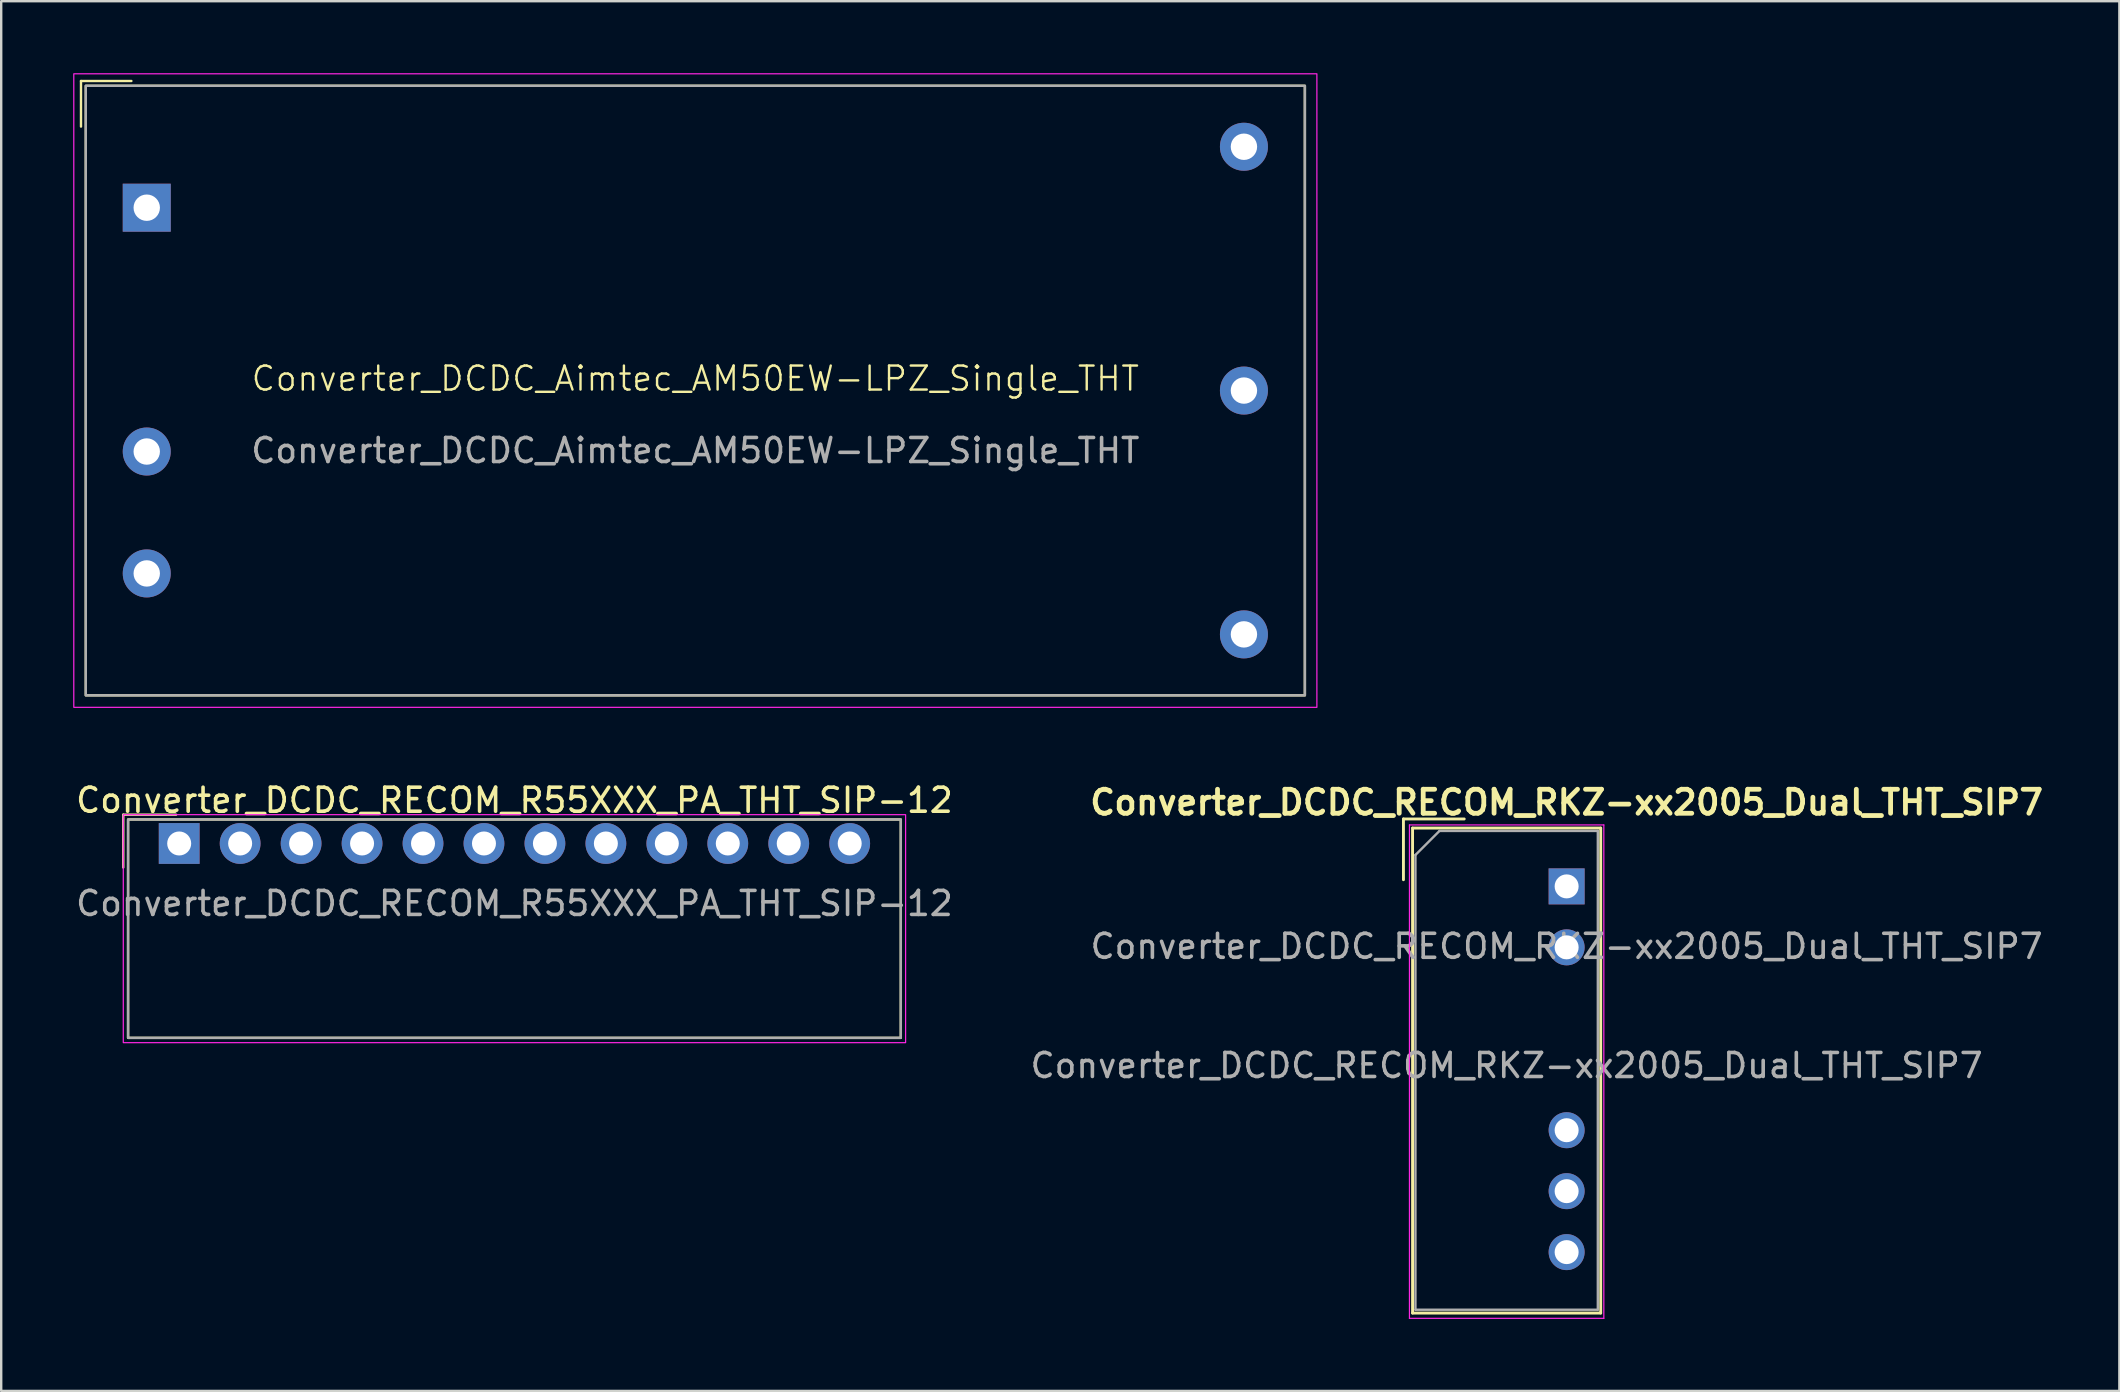
<source format=kicad_pcb>
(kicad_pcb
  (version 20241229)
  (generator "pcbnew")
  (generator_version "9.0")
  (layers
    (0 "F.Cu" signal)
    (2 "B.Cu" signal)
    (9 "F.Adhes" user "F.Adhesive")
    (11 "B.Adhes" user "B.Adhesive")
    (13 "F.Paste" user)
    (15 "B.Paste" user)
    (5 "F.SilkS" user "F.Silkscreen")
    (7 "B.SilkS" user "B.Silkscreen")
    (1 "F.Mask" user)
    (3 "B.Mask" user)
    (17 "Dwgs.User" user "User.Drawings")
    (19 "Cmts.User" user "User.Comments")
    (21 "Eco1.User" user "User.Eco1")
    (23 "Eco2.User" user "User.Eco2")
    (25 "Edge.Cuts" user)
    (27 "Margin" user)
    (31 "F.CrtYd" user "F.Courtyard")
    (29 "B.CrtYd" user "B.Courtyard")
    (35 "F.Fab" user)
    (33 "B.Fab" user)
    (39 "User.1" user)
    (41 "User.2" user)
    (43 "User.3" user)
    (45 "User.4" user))
  (footprint "Converter_DCDC_RECOM_RKZ-xx2005_Dual_THT_SIP7"
    (layer "F.Cu")
    (at 62.232 33.886)
    (property "Reference" "Converter_DCDC_RECOM_RKZ-xx2005_Dual_THT_SIP7" (at 0 -3.5 0) (unlocked yes) (layer "F.SilkS") (effects (font (size 1 1) (thickness 0.2))))
    (attr through_hole)
    (fp_line (start -6.8 -2.81) (end -4.267 -2.81) (stroke (width 0.12) (type solid)) (layer "F.SilkS"))
    (fp_line (start -6.8 -0.277) (end -6.8 -2.81) (stroke (width 0.12) (type solid)) (layer "F.SilkS"))
    (fp_line (start -6.42 -2.43) (end -6.42 17.78) (stroke (width 0.12) (type solid)) (layer "F.SilkS"))
    (fp_line (start -6.42 -2.43) (end 1.42 -2.43) (stroke (width 0.12) (type solid)) (layer "F.SilkS"))
    (fp_line (start -6.42 17.78) (end 1.42 17.78) (stroke (width 0.12) (type solid)) (layer "F.SilkS"))
    (fp_line (start 1.42 -2.43) (end 1.42 17.78) (stroke (width 0.12) (type solid)) (layer "F.SilkS"))
    (fp_line (start -6.55 -2.56) (end -6.55 18) (stroke (width 0.05) (type solid)) (layer "F.CrtYd"))
    (fp_line (start -6.55 -2.56) (end 1.55 -2.56) (stroke (width 0.05) (type solid)) (layer "F.CrtYd"))
    (fp_line (start -6.55 18) (end 1.55 18) (stroke (width 0.05) (type solid)) (layer "F.CrtYd"))
    (fp_line (start 1.55 -2.56) (end 1.55 18) (stroke (width 0.05) (type solid)) (layer "F.CrtYd"))
    (fp_line (start -6.3 -1.31) (end -5.3 -2.31) (stroke (width 0.1) (type solid)) (layer "F.Fab"))
    (fp_line (start -6.3 17.64) (end -6.3 -1.31) (stroke (width 0.1) (type solid)) (layer "F.Fab"))
    (fp_line (start -5.3 -2.31) (end 1.3 -2.31) (stroke (width 0.1) (type solid)) (layer "F.Fab"))
    (fp_line (start 1.3 -2.31) (end 1.3 17.64) (stroke (width 0.1) (type solid)) (layer "F.Fab"))
    (fp_line (start 1.3 17.64) (end -6.3 17.64) (stroke (width 0.1) (type solid)) (layer "F.Fab"))
    (fp_text user "${REFERENCE}" (at 0 2.5 0) (unlocked yes) (layer "F.Fab") (effects (font (size 1 1) (thickness 0.15))))
    (fp_text user "${REFERENCE}" (at -2.5 7.465 0) (layer "F.Fab") (effects (font (size 1 1) (thickness 0.15))))
    (pad "1" thru_hole rect (at 0 0) (size 1.5 1.5) (drill 1) (layers "*.Cu" "*.Mask"))
    (pad "2" thru_hole circle (at 0 2.54) (size 1.5 1.5) (drill 1) (layers "*.Cu" "*.Mask"))
    (pad "5" thru_hole circle (at 0 10.16) (size 1.5 1.5) (drill 1) (layers "*.Cu" "*.Mask"))
    (pad "6" thru_hole circle (at 0 12.7) (size 1.5 1.5) (drill 1) (layers "*.Cu" "*.Mask"))
    (pad "7" thru_hole circle (at 0 15.24) (size 1.5 1.5) (drill 1) (layers "*.Cu" "*.Mask")))
  (footprint "Converter_DCDC_Aimtec_AM50EW-LPZ_Single_THT"
    (layer "F.Cu")
    (at 25.925 13.225)
    (property "Reference" "Converter_DCDC_Aimtec_AM50EW-LPZ_Single_THT" (at 0 -0.5 0) (unlocked yes) (layer "F.SilkS") (effects (font (size 1 1) (thickness 0.1))))
    (attr through_hole)
    (fp_line (start -25.6 -12.9) (end -23.5 -12.9) (stroke (width 0.1) (type default)) (layer "F.SilkS"))
    (fp_line (start -25.6 -11) (end -25.6 -12.9) (stroke (width 0.1) (type default)) (layer "F.SilkS"))
    (fp_rect (start -25.4 -12.7) (end 25.4 12.7) (stroke (width 0.1) (type default)) (fill no) (layer "F.SilkS"))
    (fp_rect (start -25.9 -13.2) (end 25.9 13.2) (stroke (width 0.05) (type default)) (fill no) (layer "F.CrtYd"))
    (fp_rect (start -25.4 -12.7) (end 25.4 12.7) (stroke (width 0.1) (type default)) (fill no) (layer "F.Fab"))
    (fp_text user "${REFERENCE}" (at 0 2.5 0) (unlocked yes) (layer "F.Fab") (effects (font (size 1 1) (thickness 0.15))))
    (pad "1" thru_hole rect (at -22.86 -7.62) (size 2 2) (drill 1.1) (layers "*.Cu" "*.Mask"))
    (pad "2" thru_hole circle (at -22.86 2.54) (size 2 2) (drill 1.1) (layers "*.Cu" "*.Mask"))
    (pad "3" thru_hole circle (at -22.86 7.62) (size 2 2) (drill 1.1) (layers "*.Cu" "*.Mask"))
    (pad "4" thru_hole circle (at 22.86 10.16) (size 2 2) (drill 1.1) (layers "*.Cu" "*.Mask"))
    (pad "5" thru_hole circle (at 22.86 0) (size 2 2) (drill 1.1) (layers "*.Cu" "*.Mask"))
    (pad "6" thru_hole circle (at 22.86 -10.16) (size 2 2) (drill 1.1) (layers "*.Cu" "*.Mask")))
  (footprint "Converter_DCDC_RECOM_R55XXX_PA_THT_SIP-12"
    (layer "F.Cu")
    (at 18.387 32.098)
    (property "Reference" "Converter_DCDC_RECOM_R55XXX_PA_THT_SIP-12" (at 0 -1.8 0) (unlocked yes) (layer "F.SilkS") (effects (font (size 1 1) (thickness 0.15))))
    (attr through_hole)
    (fp_line (start -16.3 -1.2) (end -14.1 -1.2) (stroke (width 0.1) (type default)) (layer "F.SilkS"))
    (fp_line (start -16.3 1) (end -16.3 -1.2) (stroke (width 0.1) (type default)) (layer "F.SilkS"))
    (fp_rect (start -16.1 -1) (end 16.1 8.1) (stroke (width 0.1) (type default)) (fill no) (layer "F.SilkS"))
    (fp_rect (start -16.3 -1.2) (end 16.3 8.3) (stroke (width 0.05) (type default)) (fill no) (layer "F.CrtYd"))
    (fp_rect (start -16.1 -1) (end 16.1 8.1) (stroke (width 0.1) (type default)) (fill no) (layer "F.Fab"))
    (fp_text user "${REFERENCE}" (at 0 2.5 0) (unlocked yes) (layer "F.Fab") (effects (font (size 1 1) (thickness 0.15))))
    (pad "1" thru_hole rect (at -13.97 0) (size 1.7 1.7) (drill 1) (layers "*.Cu" "*.Mask"))
    (pad "2" thru_hole circle (at -11.43 0) (size 1.7 1.7) (drill 1) (layers "*.Cu" "*.Mask"))
    (pad "3" thru_hole circle (at -8.89 0) (size 1.7 1.7) (drill 1) (layers "*.Cu" "*.Mask"))
    (pad "4" thru_hole circle (at -6.35 0) (size 1.7 1.7) (drill 1) (layers "*.Cu" "*.Mask"))
    (pad "5" thru_hole circle (at -3.81 0) (size 1.7 1.7) (drill 1) (layers "*.Cu" "*.Mask"))
    (pad "6" thru_hole circle (at -1.27 0) (size 1.7 1.7) (drill 1) (layers "*.Cu" "*.Mask"))
    (pad "7" thru_hole circle (at 1.27 0) (size 1.7 1.7) (drill 1) (layers "*.Cu" "*.Mask"))
    (pad "8" thru_hole circle (at 3.81 0) (size 1.7 1.7) (drill 1) (layers "*.Cu" "*.Mask"))
    (pad "9" thru_hole circle (at 6.35 0) (size 1.7 1.7) (drill 1) (layers "*.Cu" "*.Mask"))
    (pad "10" thru_hole circle (at 8.89 0) (size 1.7 1.7) (drill 1) (layers "*.Cu" "*.Mask"))
    (pad "11" thru_hole circle (at 11.43 0) (size 1.7 1.7) (drill 1) (layers "*.Cu" "*.Mask"))
    (pad "12" thru_hole circle (at 13.97 0) (size 1.7 1.7) (drill 1) (layers "*.Cu" "*.Mask")))
  (gr_rect
    (start -3 -3)
    (end 85.265 54.911)
    (stroke (width 0.1) (type default))
    (fill no)
    (layer "Edge.Cuts")))
</source>
